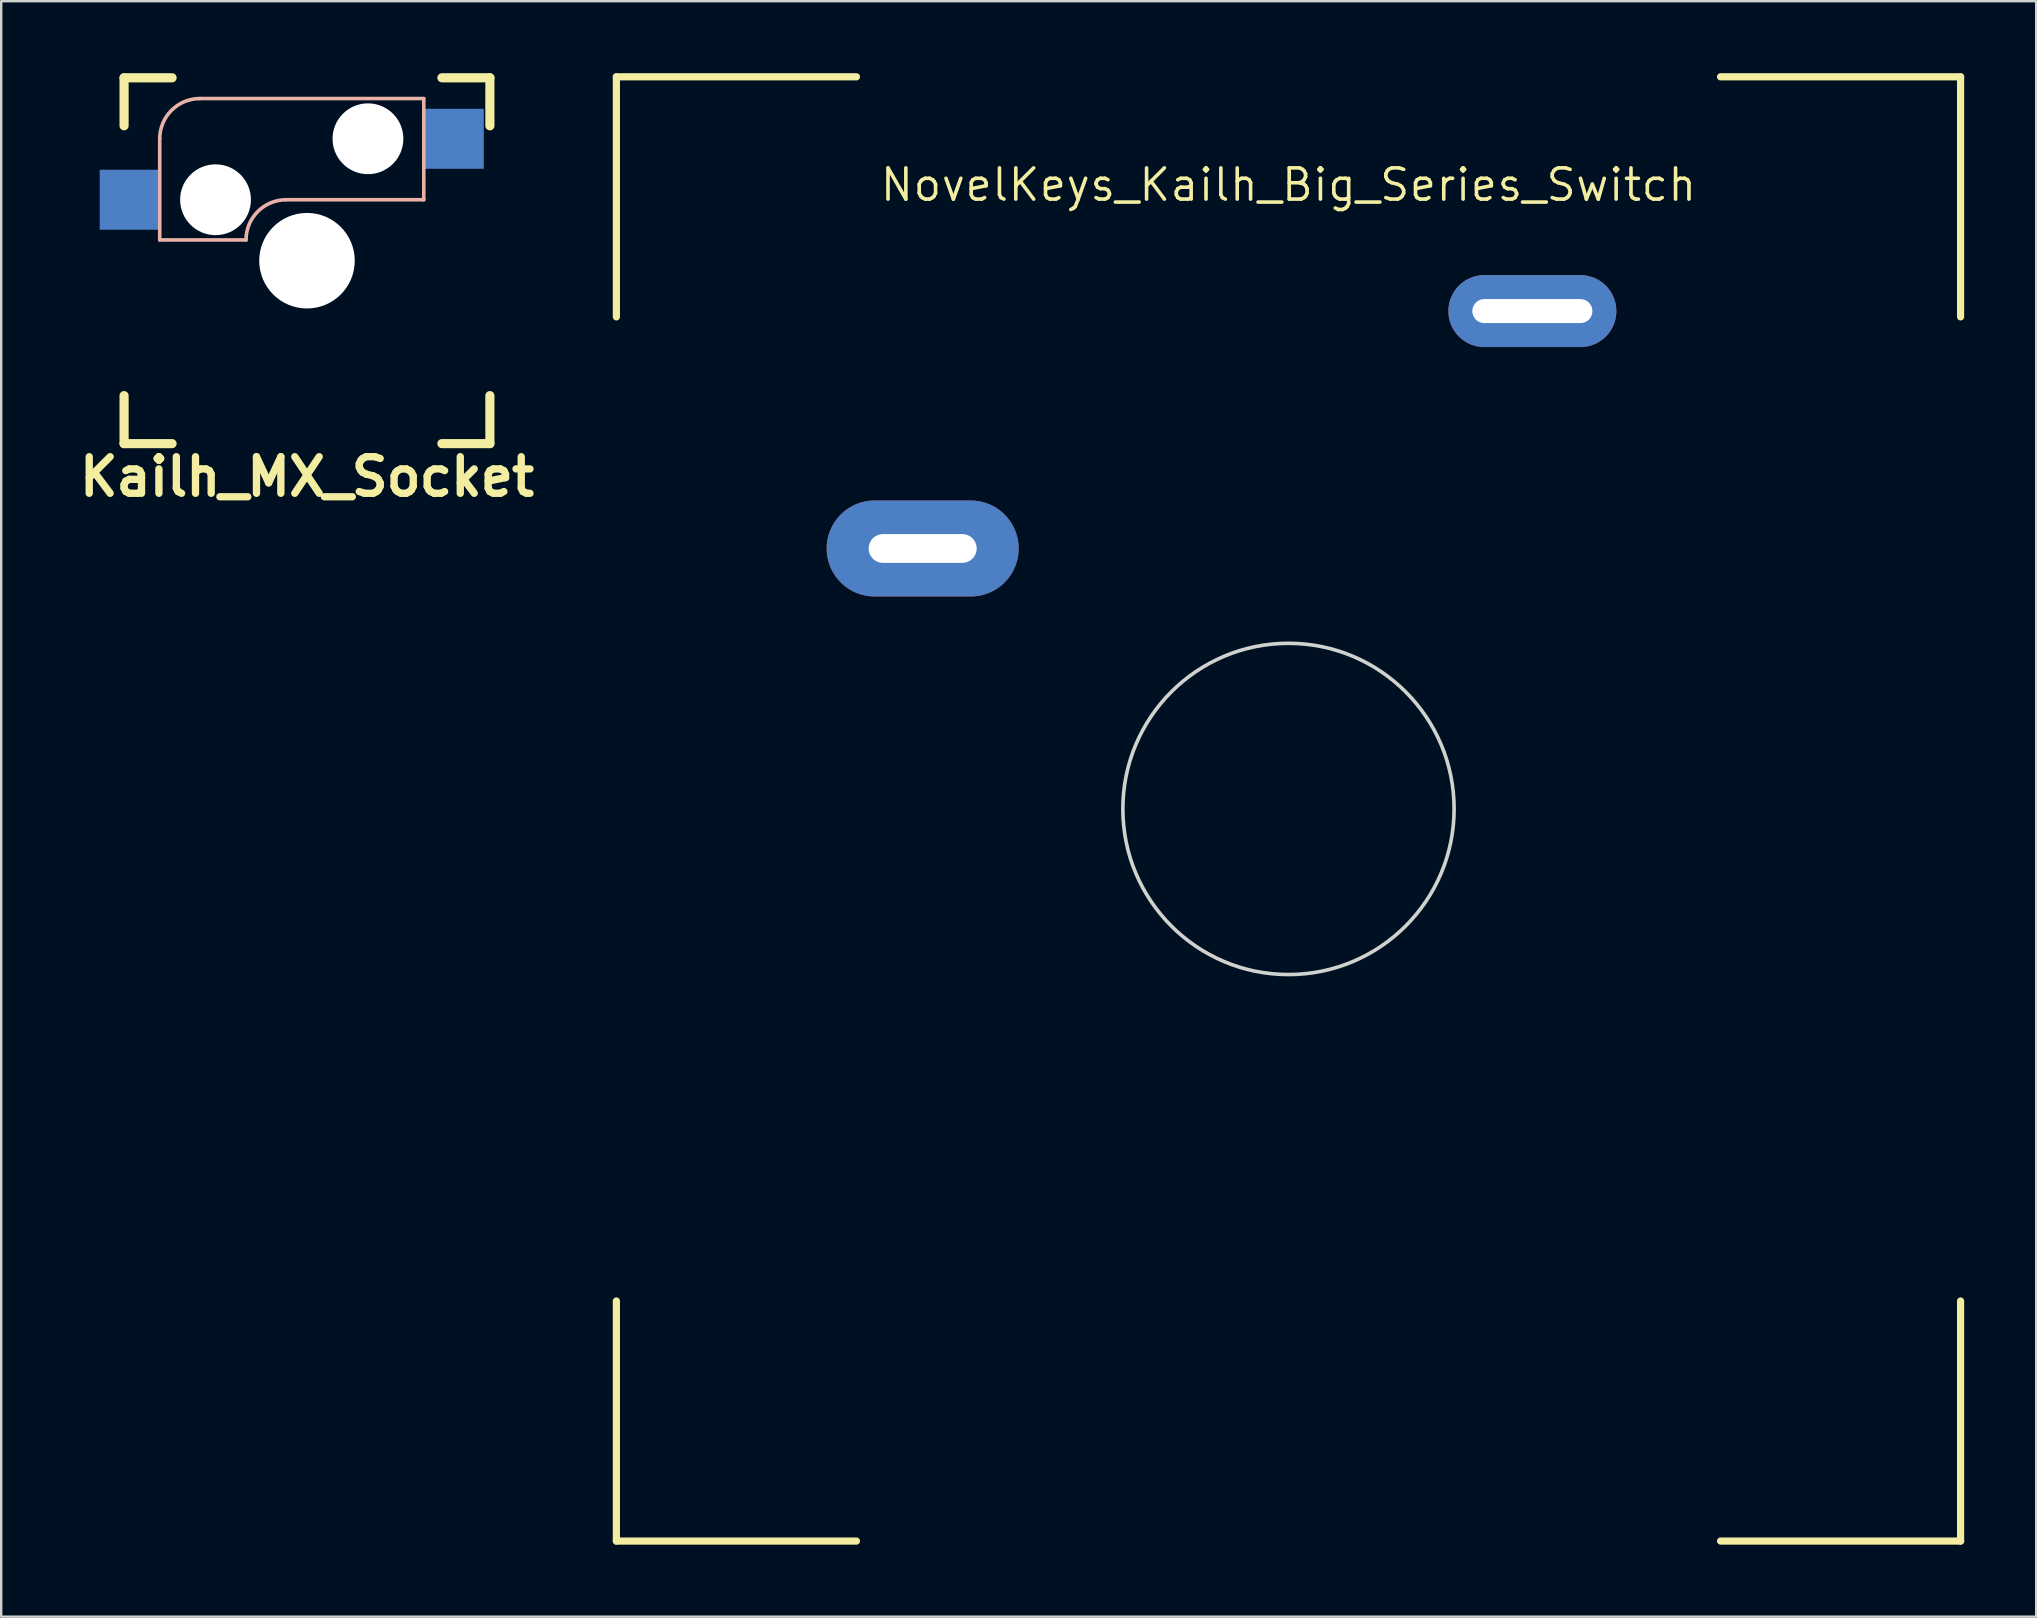
<source format=kicad_pcb>
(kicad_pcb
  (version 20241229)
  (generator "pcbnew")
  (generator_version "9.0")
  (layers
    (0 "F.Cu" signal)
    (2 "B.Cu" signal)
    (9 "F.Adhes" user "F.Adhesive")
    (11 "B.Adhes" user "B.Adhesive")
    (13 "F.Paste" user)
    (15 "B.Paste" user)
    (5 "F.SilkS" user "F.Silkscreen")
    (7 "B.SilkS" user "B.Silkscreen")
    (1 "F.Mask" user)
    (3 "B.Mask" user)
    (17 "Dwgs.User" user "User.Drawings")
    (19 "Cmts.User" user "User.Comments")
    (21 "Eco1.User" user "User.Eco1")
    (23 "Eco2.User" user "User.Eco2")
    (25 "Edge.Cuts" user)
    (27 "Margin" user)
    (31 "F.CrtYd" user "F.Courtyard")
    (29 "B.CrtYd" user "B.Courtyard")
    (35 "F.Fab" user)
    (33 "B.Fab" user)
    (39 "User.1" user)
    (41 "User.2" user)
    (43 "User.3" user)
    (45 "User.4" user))
  (footprint "NovelKeys_Kailh_Big_Series_Switch"
    (layer "F.Cu")
    (at 50.628 30.65)
    (property "Reference" "NovelKeys_Kailh_Big_Series_Switch" (at 0 -26 0) (layer "F.SilkS") (effects (font (size 1.3 1.3) (thickness 0.15))))
    (attr through_hole)
    (fp_line (start -28 -30.5) (end -18 -30.5) (stroke (width 0.3) (type solid)) (layer "F.SilkS"))
    (fp_line (start -28 -20.5) (end -28 -30.5) (stroke (width 0.3) (type solid)) (layer "F.SilkS"))
    (fp_line (start -28 30.5) (end -28 20.5) (stroke (width 0.3) (type solid)) (layer "F.SilkS"))
    (fp_line (start -18 30.5) (end -28 30.5) (stroke (width 0.3) (type solid)) (layer "F.SilkS"))
    (fp_line (start 18 -30.5) (end 28 -30.5) (stroke (width 0.3) (type solid)) (layer "F.SilkS"))
    (fp_line (start 28 -30.5) (end 28 -20.5) (stroke (width 0.3) (type solid)) (layer "F.SilkS"))
    (fp_line (start 28 20.5) (end 28 30.5) (stroke (width 0.3) (type solid)) (layer "F.SilkS"))
    (fp_line (start 28 30.5) (end 18 30.5) (stroke (width 0.3) (type solid)) (layer "F.SilkS"))
    (fp_circle (center 0 0) (end 0 -6.9) (stroke (width 0.15) (type solid)) (fill no) (layer "Edge.Cuts"))
    (pad "1" thru_hole oval (at -15.24 -10.85) (size 8 4) (drill oval 4.5 1.2) (layers "*.Cu" "*.Mask"))
    (pad "2" thru_hole oval (at 10.16 -20.74) (size 7 3) (drill oval 5 1) (layers "*.Cu" "*.Mask")))
  (footprint "Kailh_MX_Socket"
    (layer "F.Cu")
    (at 9.739 7.811)
    (property "Reference" "Kailh_MX_Socket" (at 0 9 0) (layer "F.SilkS") (effects (font (size 1.524 1.524) (thickness 0.305))))
    (attr through_hole)
    (fp_line (start -7.62 -7.62) (end -5.62 -7.62) (stroke (width 0.381) (type solid)) (layer "F.SilkS"))
    (fp_line (start -7.62 -5.62) (end -7.62 -7.62) (stroke (width 0.381) (type solid)) (layer "F.SilkS"))
    (fp_line (start -7.62 5.62) (end -7.62 7.62) (stroke (width 0.381) (type solid)) (layer "F.SilkS"))
    (fp_line (start -7.62 7.62) (end -5.62 7.62) (stroke (width 0.381) (type solid)) (layer "F.SilkS"))
    (fp_line (start 5.62 -7.62) (end 7.62 -7.62) (stroke (width 0.381) (type solid)) (layer "F.SilkS"))
    (fp_line (start 5.62 7.62) (end 7.62 7.62) (stroke (width 0.381) (type solid)) (layer "F.SilkS"))
    (fp_line (start 7.62 -7.62) (end 7.62 -5.62) (stroke (width 0.381) (type solid)) (layer "F.SilkS"))
    (fp_line (start 7.62 5.62) (end 7.62 7.62) (stroke (width 0.381) (type solid)) (layer "F.SilkS"))
    (fp_line (start -6.135 -5.08) (end -6.135 -0.865) (stroke (width 0.15) (type solid)) (layer "B.SilkS"))
    (fp_line (start -6.135 -0.865) (end -2.54 -0.865) (stroke (width 0.15) (type solid)) (layer "B.SilkS"))
    (fp_line (start -4.46 -6.755) (end 4.865 -6.755) (stroke (width 0.15) (type solid)) (layer "B.SilkS"))
    (fp_line (start -0.865 -2.54) (end 4.865 -2.54) (stroke (width 0.15) (type solid)) (layer "B.SilkS"))
    (fp_line (start 4.865 -6.75) (end 4.865 -2.54) (stroke (width 0.15) (type solid)) (layer "B.SilkS"))
    (fp_arc (start -6.135 -5.08) (mid -5.644404 -6.264404) (end -4.46 -6.755) (stroke (width 0.15) (type solid)) (layer "B.SilkS"))
    (fp_arc (start -2.54 -0.865) (mid -2.049404 -2.049404) (end -0.865 -2.54) (stroke (width 0.15) (type solid)) (layer "B.SilkS"))
    (pad "" np_thru_hole circle (at -3.81 -2.54) (size 2.95 2.95) (drill 2.95) (layers "*.Cu" "*.Mask"))
    (pad "" np_thru_hole circle (at 0 0) (size 3.98 3.98) (drill 3.98) (layers "*.Cu" "*.Mask"))
    (pad "" np_thru_hole circle (at 2.54 -5.08) (size 2.95 2.95) (drill 2.95) (layers "*.Cu" "*.Mask"))
    (pad "1" smd rect (at -7.36 -2.54) (size 2.55 2.5) (layers "B.Cu" "B.Mask" "B.Paste"))
    (pad "2" smd rect (at 6.09 -5.08) (size 2.55 2.5) (layers "B.Cu" "B.Mask" "B.Paste")))
  (gr_rect
    (start -3 -3)
    (end 81.778 64.3)
    (stroke (width 0.1) (type default))
    (fill no)
    (layer "Edge.Cuts")))
</source>
